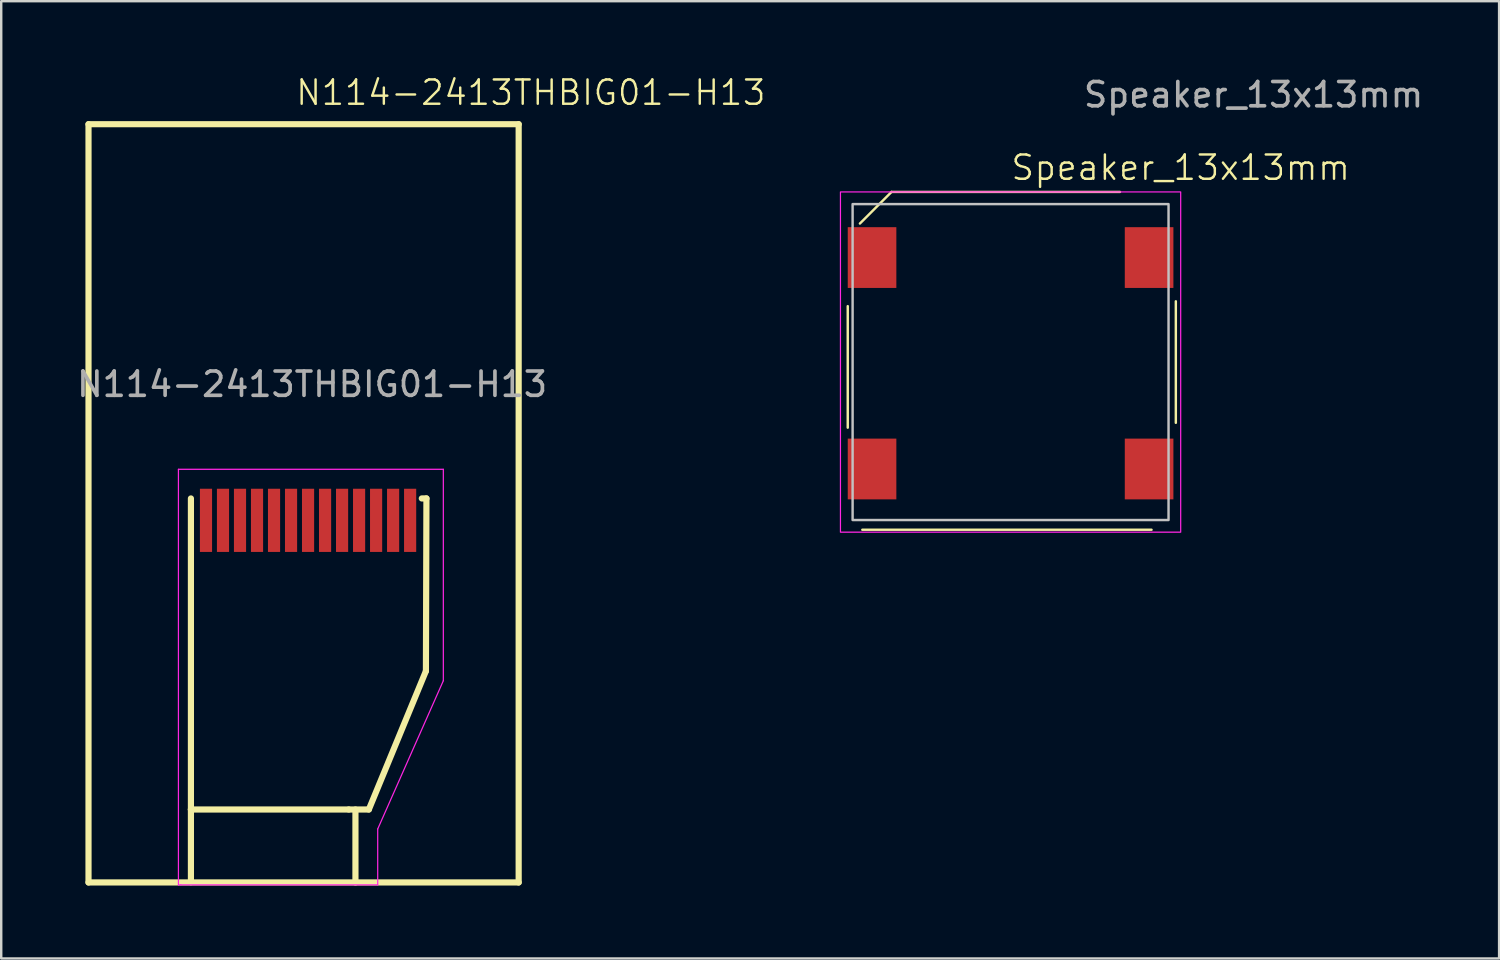
<source format=kicad_pcb>
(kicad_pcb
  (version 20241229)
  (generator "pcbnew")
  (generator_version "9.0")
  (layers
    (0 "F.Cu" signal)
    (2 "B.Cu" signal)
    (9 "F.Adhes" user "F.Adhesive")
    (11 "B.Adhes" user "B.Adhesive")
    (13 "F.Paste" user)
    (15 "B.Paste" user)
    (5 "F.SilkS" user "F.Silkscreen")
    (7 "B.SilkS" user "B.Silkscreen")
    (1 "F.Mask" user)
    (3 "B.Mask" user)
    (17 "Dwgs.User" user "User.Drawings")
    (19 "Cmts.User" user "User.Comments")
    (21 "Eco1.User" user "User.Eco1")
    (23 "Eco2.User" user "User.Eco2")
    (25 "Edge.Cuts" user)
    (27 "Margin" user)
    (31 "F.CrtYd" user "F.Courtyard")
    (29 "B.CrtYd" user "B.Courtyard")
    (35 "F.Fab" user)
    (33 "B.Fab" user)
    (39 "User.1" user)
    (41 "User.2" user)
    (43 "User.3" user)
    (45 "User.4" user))
  (footprint "Speaker_13x13mm"
    (layer "F.Cu")
    (at 38.533 11.848)
    (property "Reference" "Speaker_13x13mm" (at 7 -8 0) (unlocked yes) (layer "F.SilkS") (effects (font (size 1 1) (thickness 0.1))))
    (attr smd)
    (fp_line (start -6.7 -2.3) (end -6.7 2.7) (stroke (width 0.1) (type default)) (layer "F.SilkS"))
    (fp_line (start -6.2 -5.7) (end -4.9 -7) (stroke (width 0.1) (type default)) (layer "F.SilkS"))
    (fp_line (start -6.1 6.9) (end 5.8 6.9) (stroke (width 0.1) (type default)) (layer "F.SilkS"))
    (fp_line (start -4.9 -7) (end 4.5 -7) (stroke (width 0.1) (type default)) (layer "F.SilkS"))
    (fp_line (start 6.8 -2.5) (end 6.8 2.5) (stroke (width 0.1) (type default)) (layer "F.SilkS"))
    (fp_rect (start -6.5 -6.5) (end 6.5 6.5) (stroke (width 0.1) (type default)) (fill no) (layer "Dwgs.User"))
    (fp_rect (start -7 -7) (end 7 7) (stroke (width 0.05) (type default)) (fill no) (layer "F.CrtYd"))
    (fp_text user "${REFERENCE}" (at 10 -11 0) (unlocked yes) (layer "F.Fab") (effects (font (size 1 1) (thickness 0.15))))
    (pad "1" smd rect (at -5.7 4.4) (size 2 2.5) (layers "F.Cu" "F.Mask" "F.Paste"))
    (pad "2" smd rect (at -5.7 -4.3) (size 2 2.5) (layers "F.Cu" "F.Mask" "F.Paste"))
    (pad "2" smd rect (at 5.7 -4.3) (size 2 2.5) (layers "F.Cu" "F.Mask" "F.Paste"))
    (pad "2" smd rect (at 5.7 4.4) (size 2 2.5) (layers "F.Cu" "F.Mask" "F.Paste")))
  (footprint "N114-2413THBIG01-H13"
    (layer "F.Cu")
    (at 9.792 18.261)
    (property "Reference" "N114-2413THBIG01-H13" (at 9 -17.5 0) (unlocked yes) (layer "F.SilkS") (effects (font (size 1 1) (thickness 0.1))))
    (attr smd)
    (fp_line (start -9.2 -16.2) (end 8.5 -16.2) (stroke (width 0.254) (type solid)) (layer "F.SilkS"))
    (fp_line (start -9.2 15) (end -9.2 -16.2) (stroke (width 0.254) (type solid)) (layer "F.SilkS"))
    (fp_line (start -4.986 -0.801) (end -4.986 11.998) (stroke (width 0.254) (type solid)) (layer "F.SilkS"))
    (fp_line (start -4.986 11.99) (end -4.986 14.991) (stroke (width 0.254) (type solid)) (layer "F.SilkS"))
    (fp_line (start -4.986 11.998) (end 1.509 11.998) (stroke (width 0.254) (type solid)) (layer "F.SilkS"))
    (fp_line (start 1.509 11.998) (end 2.335 11.998) (stroke (width 0.254) (type solid)) (layer "F.SilkS"))
    (fp_line (start 1.784 12) (end 1.784 15.001) (stroke (width 0.254) (type solid)) (layer "F.SilkS"))
    (fp_line (start 2.335 11.998) (end 4.684 6.301) (stroke (width 0.254) (type solid)) (layer "F.SilkS"))
    (fp_line (start 4.684 6.301) (end 4.705 -0.801) (stroke (width 0.254) (type solid)) (layer "F.SilkS"))
    (fp_line (start 4.705 -0.801) (end 4.514 -0.801) (stroke (width 0.254) (type solid)) (layer "F.SilkS"))
    (fp_line (start 8.5 -16.2) (end 8.5 15) (stroke (width 0.254) (type solid)) (layer "F.SilkS"))
    (fp_line (start 8.5 15) (end -9.2 15) (stroke (width 0.254) (type solid)) (layer "F.SilkS"))
    (fp_line (start -5.5 -2) (end -5.5 15.1) (stroke (width 0.05) (type default)) (layer "F.CrtYd"))
    (fp_line (start -5.5 -2) (end 5.4 -2) (stroke (width 0.05) (type default)) (layer "F.CrtYd"))
    (fp_line (start -5.5 15.1) (end -5.4 15.1) (stroke (width 0.05) (type default)) (layer "F.CrtYd"))
    (fp_line (start 2.7 12.8) (end 2.7 15.1) (stroke (width 0.05) (type default)) (layer "F.CrtYd"))
    (fp_line (start 2.7 15.1) (end -5.4 15.1) (stroke (width 0.05) (type default)) (layer "F.CrtYd"))
    (fp_line (start 5.4 -2) (end 5.4 6.7) (stroke (width 0.05) (type default)) (layer "F.CrtYd"))
    (fp_line (start 5.4 6.7) (end 2.7 12.8) (stroke (width 0.05) (type default)) (layer "F.CrtYd"))
    (fp_text user "${REFERENCE}" (at 0 -5.5 0) (unlocked yes) (layer "F.Fab") (effects (font (size 1 1) (thickness 0.15))))
    (pad "1" smd rect (at 4.034 0.1 180) (size 0.5 2.6) (layers "F.Cu" "F.Mask" "F.Paste"))
    (pad "2" smd rect (at 3.334 0.1 180) (size 0.5 2.6) (layers "F.Cu" "F.Mask" "F.Paste"))
    (pad "3" smd rect (at 2.634 0.1 180) (size 0.5 2.6) (layers "F.Cu" "F.Mask" "F.Paste"))
    (pad "4" smd rect (at 1.934 0.1 180) (size 0.5 2.6) (layers "F.Cu" "F.Mask" "F.Paste"))
    (pad "5" smd rect (at 1.234 0.1 180) (size 0.5 2.6) (layers "F.Cu" "F.Mask" "F.Paste"))
    (pad "6" smd rect (at 0.534 0.1 180) (size 0.5 2.6) (layers "F.Cu" "F.Mask" "F.Paste"))
    (pad "7" smd rect (at -0.166 0.1 180) (size 0.5 2.6) (layers "F.Cu" "F.Mask" "F.Paste"))
    (pad "8" smd rect (at -0.866 0.1 180) (size 0.5 2.6) (layers "F.Cu" "F.Mask" "F.Paste"))
    (pad "9" smd rect (at -1.566 0.1 180) (size 0.5 2.6) (layers "F.Cu" "F.Mask" "F.Paste"))
    (pad "10" smd rect (at -2.266 0.1 180) (size 0.5 2.6) (layers "F.Cu" "F.Mask" "F.Paste"))
    (pad "11" smd rect (at -2.966 0.1 180) (size 0.5 2.6) (layers "F.Cu" "F.Mask" "F.Paste"))
    (pad "12" smd rect (at -3.666 0.1 180) (size 0.5 2.6) (layers "F.Cu" "F.Mask" "F.Paste"))
    (pad "13" smd rect (at -4.366 0.1 180) (size 0.5 2.6) (layers "F.Cu" "F.Mask" "F.Paste")))
  (gr_rect
    (start -3 -3)
    (end 58.635 36.389)
    (stroke (width 0.1) (type default))
    (fill no)
    (layer "Edge.Cuts")))
</source>
